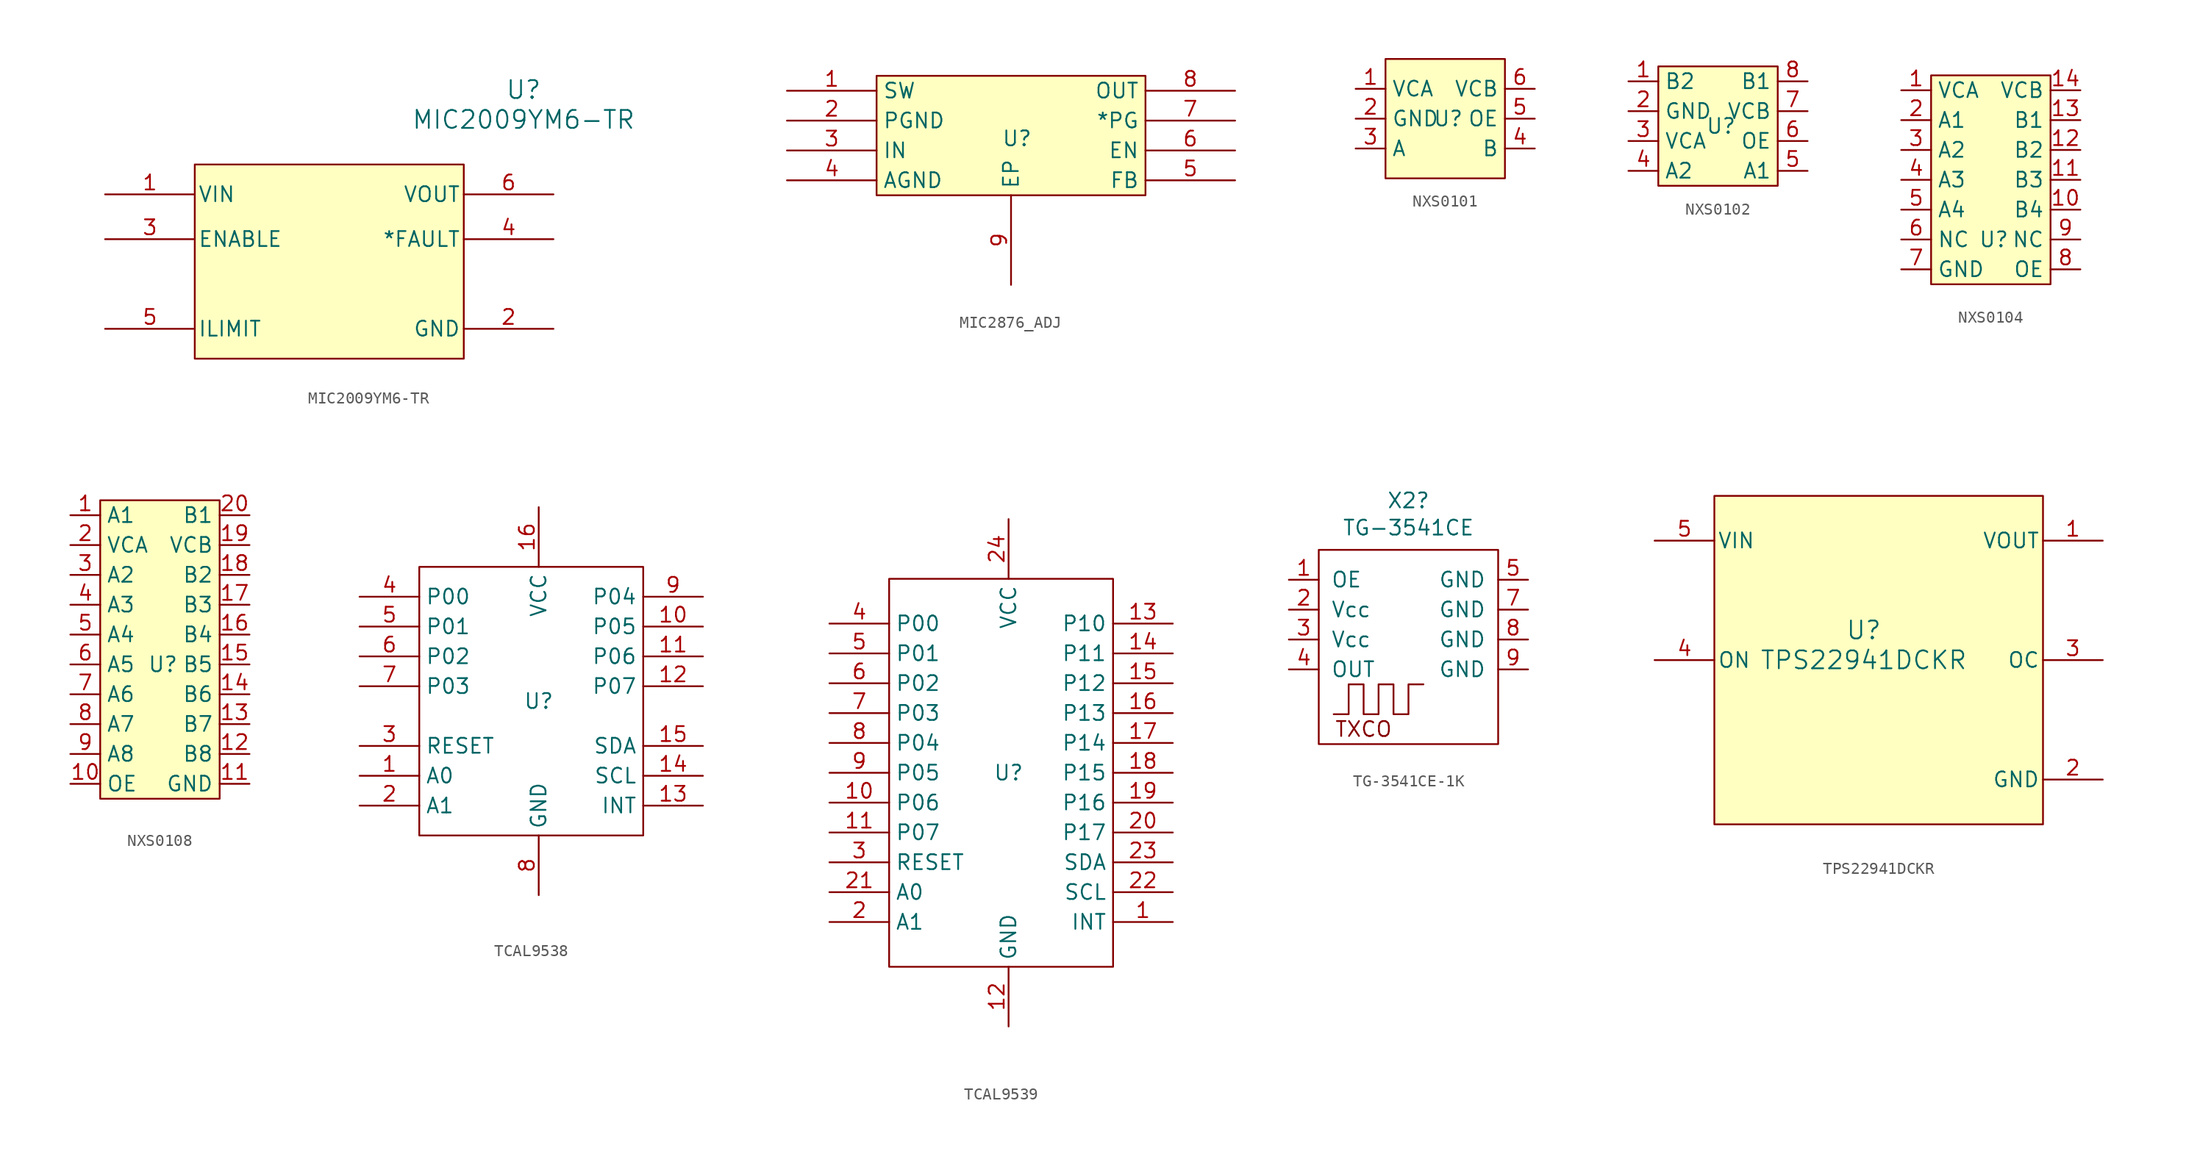
<source format=kicad_sym>
(kicad_symbol_lib
  (version 20231120)
  (generator "kicad_symbol_editor")
  (generator_version "8.0")
  (symbol "MIC2009YM6-TR"
    (pin_names
      (offset 0.254))
    (property "Reference" "U"
      (at 35.56 10.16 0)
      (effects (font (size 1.524 1.524))))
    (property "Value" "MIC2009YM6-TR"
      (at 35.56 7.62 0)
      (effects (font (size 1.524 1.524))))
    (property "ki_locked" ""
      (at 0 0 0)
      (effects (font (size 1.27 1.27))))
    (symbol "MIC2009YM6-TR_0_1"
      (pin power_in line (at 38.1 -10.16 180) (length 7.62) (name "GND" (effects (font (size 1.27 1.27)))) (number "2" (effects (font (size 1.27 1.27)))))
      (pin input line (at 0 -2.54 0) (length 7.62) (name "ENABLE" (effects (font (size 1.27 1.27)))) (number "3" (effects (font (size 1.27 1.27)))))
      (pin output line (at 38.1 -2.54 180) (length 7.62) (name "*FAULT" (effects (font (size 1.27 1.27)))) (number "4" (effects (font (size 1.27 1.27)))))
      (pin input line (at 0 -10.16 0) (length 7.62) (name "ILIMIT" (effects (font (size 1.27 1.27)))) (number "5" (effects (font (size 1.27 1.27))))))
    (symbol "MIC2009YM6-TR_1_1"
      (rectangle (start 7.62 3.81) (end 30.48 -12.7) (stroke (width 0) (type default)) (fill (type background)))
      (pin power_in line (at 0 1.27 0) (length 7.62) (name "VIN" (effects (font (size 1.27 1.27)))) (number "1" (effects (font (size 1.27 1.27)))))
      (pin power_out line (at 38.1 1.27 180) (length 7.62) (name "VOUT" (effects (font (size 1.27 1.27)))) (number "6" (effects (font (size 1.27 1.27)))))))
  (symbol "MIC2876_ADJ"
    (property "Reference" "U"
      (at 8.128 -0.254 0)
      (effects (font (size 1.27 1.27))))
    (property "Value" ""
      (at 0 0 0)
      (effects (font (size 1.27 1.27))))
    (symbol "MIC2876_ADJ_1_1"
      (rectangle (start -3.81 5.08) (end 19.05 -5.08) (stroke (width 0) (type default)) (fill (type background)))
      (pin passive line (at -11.43 3.81 0) (length 7.62) (name "SW" (effects (font (size 1.27 1.27)))) (number "1" (effects (font (size 1.27 1.27)))))
      (pin power_in line (at -11.43 1.27 0) (length 7.62) (name "PGND" (effects (font (size 1.27 1.27)))) (number "2" (effects (font (size 1.27 1.27)))))
      (pin power_in line (at -11.43 -1.27 0) (length 7.62) (name "IN" (effects (font (size 1.27 1.27)))) (number "3" (effects (font (size 1.27 1.27)))))
      (pin power_in line (at -11.43 -3.81 0) (length 7.62) (name "AGND" (effects (font (size 1.27 1.27)))) (number "4" (effects (font (size 1.27 1.27)))))
      (pin passive line (at 26.67 -3.81 180) (length 7.62) (name "FB" (effects (font (size 1.27 1.27)))) (number "5" (effects (font (size 1.27 1.27)))))
      (pin passive line (at 26.67 -1.27 180) (length 7.62) (name "EN" (effects (font (size 1.27 1.27)))) (number "6" (effects (font (size 1.27 1.27)))))
      (pin output line (at 26.67 1.27 180) (length 7.62) (name "*PG" (effects (font (size 1.27 1.27)))) (number "7" (effects (font (size 1.27 1.27)))))
      (pin power_out line (at 26.67 3.81 180) (length 7.62) (name "OUT" (effects (font (size 1.27 1.27)))) (number "8" (effects (font (size 1.27 1.27)))))
      (pin passive line (at 7.62 -12.7 90) (length 7.62) (name "EP" (effects (font (size 1.27 1.27)))) (number "9" (effects (font (size 1.27 1.27)))))))
  (symbol "NXS0101"
    (property "Reference" "U"
      (at 0.254 0 0)
      (effects (font (size 1.27 1.27))))
    (property "Value" ""
      (at -2.54 0 0)
      (effects (font (size 1.27 1.27))))
    (symbol "NXS0101_1_1"
      (rectangle (start -5.08 5.08) (end 5.08 -5.08) (stroke (width 0) (type default)) (fill (type background)))
      (pin power_in line (at -7.62 2.54 0) (length 2.54) (name "VCA" (effects (font (size 1.27 1.27)))) (number "1" (effects (font (size 1.27 1.27)))))
      (pin power_in line (at -7.62 0 0) (length 2.54) (name "GND" (effects (font (size 1.27 1.27)))) (number "2" (effects (font (size 1.27 1.27)))))
      (pin bidirectional line (at -7.62 -2.54 0) (length 2.54) (name "A" (effects (font (size 1.27 1.27)))) (number "3" (effects (font (size 1.27 1.27)))))
      (pin bidirectional line (at 7.62 -2.54 180) (length 2.54) (name "B" (effects (font (size 1.27 1.27)))) (number "4" (effects (font (size 1.27 1.27)))))
      (pin input line (at 7.62 0 180) (length 2.54) (name "OE" (effects (font (size 1.27 1.27)))) (number "5" (effects (font (size 1.27 1.27)))))
      (pin power_in line (at 7.62 2.54 180) (length 2.54) (name "VCB" (effects (font (size 1.27 1.27)))) (number "6" (effects (font (size 1.27 1.27)))))))
  (symbol "NXS0102"
    (property "Reference" "U"
      (at 0.254 0 0)
      (effects (font (size 1.27 1.27))))
    (property "Value" ""
      (at -2.54 0 0)
      (effects (font (size 1.27 1.27))))
    (symbol "NXS0102_1_1"
      (rectangle (start -5.08 5.08) (end 5.08 -5.08) (stroke (width 0) (type default)) (fill (type background)))
      (pin bidirectional line (at -7.62 3.81 0) (length 2.54) (name "B2" (effects (font (size 1.27 1.27)))) (number "1" (effects (font (size 1.27 1.27)))))
      (pin power_in line (at -7.62 1.27 0) (length 2.54) (name "GND" (effects (font (size 1.27 1.27)))) (number "2" (effects (font (size 1.27 1.27)))))
      (pin power_in line (at -7.62 -1.27 0) (length 2.54) (name "VCA" (effects (font (size 1.27 1.27)))) (number "3" (effects (font (size 1.27 1.27)))))
      (pin bidirectional line (at -7.62 -3.81 0) (length 2.54) (name "A2" (effects (font (size 1.27 1.27)))) (number "4" (effects (font (size 1.27 1.27)))))
      (pin bidirectional line (at 7.62 -3.81 180) (length 2.54) (name "A1" (effects (font (size 1.27 1.27)))) (number "5" (effects (font (size 1.27 1.27)))))
      (pin input line (at 7.62 -1.27 180) (length 2.54) (name "OE" (effects (font (size 1.27 1.27)))) (number "6" (effects (font (size 1.27 1.27)))))
      (pin power_in line (at 7.62 1.27 180) (length 2.54) (name "VCB" (effects (font (size 1.27 1.27)))) (number "7" (effects (font (size 1.27 1.27)))))
      (pin bidirectional line (at 7.62 3.81 180) (length 2.54) (name "B1" (effects (font (size 1.27 1.27)))) (number "8" (effects (font (size 1.27 1.27)))))))
  (symbol "NXS0104"
    (property "Reference" "U"
      (at 0.254 -6.35 0)
      (effects (font (size 1.27 1.27))))
    (property "Value" ""
      (at -2.54 -6.35 0)
      (effects (font (size 1.27 1.27))))
    (symbol "NXS0104_1_1"
      (rectangle (start -5.08 7.62) (end 5.08 -10.16) (stroke (width 0) (type default)) (fill (type background)))
      (pin power_in line (at -7.62 6.35 0) (length 2.54) (name "VCA" (effects (font (size 1.27 1.27)))) (number "1" (effects (font (size 1.27 1.27)))))
      (pin bidirectional line (at 7.62 -3.81 180) (length 2.54) (name "B4" (effects (font (size 1.27 1.27)))) (number "10" (effects (font (size 1.27 1.27)))))
      (pin bidirectional line (at 7.62 -1.27 180) (length 2.54) (name "B3" (effects (font (size 1.27 1.27)))) (number "11" (effects (font (size 1.27 1.27)))))
      (pin bidirectional line (at 7.62 1.27 180) (length 2.54) (name "B2" (effects (font (size 1.27 1.27)))) (number "12" (effects (font (size 1.27 1.27)))))
      (pin bidirectional line (at 7.62 3.81 180) (length 2.54) (name "B1" (effects (font (size 1.27 1.27)))) (number "13" (effects (font (size 1.27 1.27)))))
      (pin power_in line (at 7.62 6.35 180) (length 2.54) (name "VCB" (effects (font (size 1.27 1.27)))) (number "14" (effects (font (size 1.27 1.27)))))
      (pin bidirectional line (at -7.62 3.81 0) (length 2.54) (name "A1" (effects (font (size 1.27 1.27)))) (number "2" (effects (font (size 1.27 1.27)))))
      (pin bidirectional line (at -7.62 1.27 0) (length 2.54) (name "A2" (effects (font (size 1.27 1.27)))) (number "3" (effects (font (size 1.27 1.27)))))
      (pin bidirectional line (at -7.62 -1.27 0) (length 2.54) (name "A3" (effects (font (size 1.27 1.27)))) (number "4" (effects (font (size 1.27 1.27)))))
      (pin bidirectional line (at -7.62 -3.81 0) (length 2.54) (name "A4" (effects (font (size 1.27 1.27)))) (number "5" (effects (font (size 1.27 1.27)))))
      (pin unspecified line (at -7.62 -6.35 0) (length 2.54) (name "NC" (effects (font (size 1.27 1.27)))) (number "6" (effects (font (size 1.27 1.27)))))
      (pin power_in line (at -7.62 -8.89 0) (length 2.54) (name "GND" (effects (font (size 1.27 1.27)))) (number "7" (effects (font (size 1.27 1.27)))))
      (pin input line (at 7.62 -8.89 180) (length 2.54) (name "OE" (effects (font (size 1.27 1.27)))) (number "8" (effects (font (size 1.27 1.27)))))
      (pin unspecified line (at 7.62 -6.35 180) (length 2.54) (name "NC" (effects (font (size 1.27 1.27)))) (number "9" (effects (font (size 1.27 1.27)))))))
  (symbol "NXS0108"
    (property "Reference" "U"
      (at 0.254 -1.27 0)
      (effects (font (size 1.27 1.27))))
    (property "Value" ""
      (at -2.54 -1.27 0)
      (effects (font (size 1.27 1.27))))
    (symbol "NXS0108_1_1"
      (rectangle (start -5.08 12.7) (end 5.08 -12.7) (stroke (width 0) (type default)) (fill (type background)))
      (pin bidirectional line (at -7.62 11.43 0) (length 2.54) (name "A1" (effects (font (size 1.27 1.27)))) (number "1" (effects (font (size 1.27 1.27)))))
      (pin input line (at -7.62 -11.43 0) (length 2.54) (name "OE" (effects (font (size 1.27 1.27)))) (number "10" (effects (font (size 1.27 1.27)))))
      (pin power_in line (at 7.62 -11.43 180) (length 2.54) (name "GND" (effects (font (size 1.27 1.27)))) (number "11" (effects (font (size 1.27 1.27)))))
      (pin bidirectional line (at 7.62 -8.89 180) (length 2.54) (name "B8" (effects (font (size 1.27 1.27)))) (number "12" (effects (font (size 1.27 1.27)))))
      (pin bidirectional line (at 7.62 -6.35 180) (length 2.54) (name "B7" (effects (font (size 1.27 1.27)))) (number "13" (effects (font (size 1.27 1.27)))))
      (pin bidirectional line (at 7.62 -3.81 180) (length 2.54) (name "B6" (effects (font (size 1.27 1.27)))) (number "14" (effects (font (size 1.27 1.27)))))
      (pin bidirectional line (at 7.62 -1.27 180) (length 2.54) (name "B5" (effects (font (size 1.27 1.27)))) (number "15" (effects (font (size 1.27 1.27)))))
      (pin bidirectional line (at 7.62 1.27 180) (length 2.54) (name "B4" (effects (font (size 1.27 1.27)))) (number "16" (effects (font (size 1.27 1.27)))))
      (pin bidirectional line (at 7.62 3.81 180) (length 2.54) (name "B3" (effects (font (size 1.27 1.27)))) (number "17" (effects (font (size 1.27 1.27)))))
      (pin bidirectional line (at 7.62 6.35 180) (length 2.54) (name "B2" (effects (font (size 1.27 1.27)))) (number "18" (effects (font (size 1.27 1.27)))))
      (pin power_in line (at 7.62 8.89 180) (length 2.54) (name "VCB" (effects (font (size 1.27 1.27)))) (number "19" (effects (font (size 1.27 1.27)))))
      (pin power_in line (at -7.62 8.89 0) (length 2.54) (name "VCA" (effects (font (size 1.27 1.27)))) (number "2" (effects (font (size 1.27 1.27)))))
      (pin bidirectional line (at 7.62 11.43 180) (length 2.54) (name "B1" (effects (font (size 1.27 1.27)))) (number "20" (effects (font (size 1.27 1.27)))))
      (pin bidirectional line (at -7.62 6.35 0) (length 2.54) (name "A2" (effects (font (size 1.27 1.27)))) (number "3" (effects (font (size 1.27 1.27)))))
      (pin bidirectional line (at -7.62 3.81 0) (length 2.54) (name "A3" (effects (font (size 1.27 1.27)))) (number "4" (effects (font (size 1.27 1.27)))))
      (pin bidirectional line (at -7.62 1.27 0) (length 2.54) (name "A4" (effects (font (size 1.27 1.27)))) (number "5" (effects (font (size 1.27 1.27)))))
      (pin bidirectional line (at -7.62 -1.27 0) (length 2.54) (name "A5" (effects (font (size 1.27 1.27)))) (number "6" (effects (font (size 1.27 1.27)))))
      (pin bidirectional line (at -7.62 -3.81 0) (length 2.54) (name "A6" (effects (font (size 1.27 1.27)))) (number "7" (effects (font (size 1.27 1.27)))))
      (pin bidirectional line (at -7.62 -6.35 0) (length 2.54) (name "A7" (effects (font (size 1.27 1.27)))) (number "8" (effects (font (size 1.27 1.27)))))
      (pin bidirectional line (at -7.62 -8.89 0) (length 2.54) (name "A8" (effects (font (size 1.27 1.27)))) (number "9" (effects (font (size 1.27 1.27)))))))
  (symbol "TCAL9538"
    (property "Reference" "U"
      (at 0 0 0)
      (effects (font (size 1.27 1.27))))
    (property "Value" ""
      (at 0 0 0)
      (effects (font (size 1.27 1.27))))
    (symbol "TCAL9538_0_1"
      (rectangle (start -10.16 11.43) (end 8.89 -11.43) (stroke (width 0) (type default)) (fill (type none))))
    (symbol "TCAL9538_1_1"
      (pin input line (at -15.24 -6.35 0) (length 5.08) (name "A0" (effects (font (size 1.27 1.27)))) (number "1" (effects (font (size 1.27 1.27)))))
      (pin input line (at 13.97 6.35 180) (length 5.08) (name "P05" (effects (font (size 1.27 1.27)))) (number "10" (effects (font (size 1.27 1.27)))))
      (pin input line (at 13.97 3.81 180) (length 5.08) (name "P06" (effects (font (size 1.27 1.27)))) (number "11" (effects (font (size 1.27 1.27)))))
      (pin input line (at 13.97 1.27 180) (length 5.08) (name "P07" (effects (font (size 1.27 1.27)))) (number "12" (effects (font (size 1.27 1.27)))))
      (pin output line (at 13.97 -8.89 180) (length 5.08) (name "INT" (effects (font (size 1.27 1.27)))) (number "13" (effects (font (size 1.27 1.27)))))
      (pin input line (at 13.97 -6.35 180) (length 5.08) (name "SCL" (effects (font (size 1.27 1.27)))) (number "14" (effects (font (size 1.27 1.27)))))
      (pin bidirectional line (at 13.97 -3.81 180) (length 5.08) (name "SDA" (effects (font (size 1.27 1.27)))) (number "15" (effects (font (size 1.27 1.27)))))
      (pin power_in line (at 0 16.51 270) (length 5.08) (name "VCC" (effects (font (size 1.27 1.27)))) (number "16" (effects (font (size 1.27 1.27)))))
      (pin input line (at -15.24 -8.89 0) (length 5.08) (name "A1" (effects (font (size 1.27 1.27)))) (number "2" (effects (font (size 1.27 1.27)))))
      (pin input line (at -15.24 -3.81 0) (length 5.08) (name "RESET" (effects (font (size 1.27 1.27)))) (number "3" (effects (font (size 1.27 1.27)))))
      (pin input line (at -15.24 8.89 0) (length 5.08) (name "P00" (effects (font (size 1.27 1.27)))) (number "4" (effects (font (size 1.27 1.27)))))
      (pin input line (at -15.24 6.35 0) (length 5.08) (name "P01" (effects (font (size 1.27 1.27)))) (number "5" (effects (font (size 1.27 1.27)))))
      (pin input line (at -15.24 3.81 0) (length 5.08) (name "P02" (effects (font (size 1.27 1.27)))) (number "6" (effects (font (size 1.27 1.27)))))
      (pin input line (at -15.24 1.27 0) (length 5.08) (name "P03" (effects (font (size 1.27 1.27)))) (number "7" (effects (font (size 1.27 1.27)))))
      (pin power_in line (at 0 -16.51 90) (length 5.08) (name "GND" (effects (font (size 1.27 1.27)))) (number "8" (effects (font (size 1.27 1.27)))))
      (pin input line (at 13.97 8.89 180) (length 5.08) (name "P04" (effects (font (size 1.27 1.27)))) (number "9" (effects (font (size 1.27 1.27)))))))
  (symbol "TCAL9539"
    (property "Reference" "U"
      (at 0 0 0)
      (effects (font (size 1.27 1.27))))
    (property "Value" ""
      (at 0 0 0)
      (effects (font (size 1.27 1.27))))
    (symbol "TCAL9539_0_1"
      (rectangle (start -10.16 16.51) (end 8.89 -16.51) (stroke (width 0) (type default)) (fill (type none))))
    (symbol "TCAL9539_1_1"
      (pin output line (at 13.97 -12.7 180) (length 5.08) (name "INT" (effects (font (size 1.27 1.27)))) (number "1" (effects (font (size 1.27 1.27)))))
      (pin input line (at -15.24 -2.54 0) (length 5.08) (name "P06" (effects (font (size 1.27 1.27)))) (number "10" (effects (font (size 1.27 1.27)))))
      (pin input line (at -15.24 -5.08 0) (length 5.08) (name "P07" (effects (font (size 1.27 1.27)))) (number "11" (effects (font (size 1.27 1.27)))))
      (pin power_in line (at 0 -21.59 90) (length 5.08) (name "GND" (effects (font (size 1.27 1.27)))) (number "12" (effects (font (size 1.27 1.27)))))
      (pin input line (at 13.97 12.7 180) (length 5.08) (name "P10" (effects (font (size 1.27 1.27)))) (number "13" (effects (font (size 1.27 1.27)))))
      (pin input line (at 13.97 10.16 180) (length 5.08) (name "P11" (effects (font (size 1.27 1.27)))) (number "14" (effects (font (size 1.27 1.27)))))
      (pin input line (at 13.97 7.62 180) (length 5.08) (name "P12" (effects (font (size 1.27 1.27)))) (number "15" (effects (font (size 1.27 1.27)))))
      (pin input line (at 13.97 5.08 180) (length 5.08) (name "P13" (effects (font (size 1.27 1.27)))) (number "16" (effects (font (size 1.27 1.27)))))
      (pin input line (at 13.97 2.54 180) (length 5.08) (name "P14" (effects (font (size 1.27 1.27)))) (number "17" (effects (font (size 1.27 1.27)))))
      (pin input line (at 13.97 0 180) (length 5.08) (name "P15" (effects (font (size 1.27 1.27)))) (number "18" (effects (font (size 1.27 1.27)))))
      (pin input line (at 13.97 -2.54 180) (length 5.08) (name "P16" (effects (font (size 1.27 1.27)))) (number "19" (effects (font (size 1.27 1.27)))))
      (pin input line (at -15.24 -12.7 0) (length 5.08) (name "A1" (effects (font (size 1.27 1.27)))) (number "2" (effects (font (size 1.27 1.27)))))
      (pin input line (at 13.97 -5.08 180) (length 5.08) (name "P17" (effects (font (size 1.27 1.27)))) (number "20" (effects (font (size 1.27 1.27)))))
      (pin input line (at -15.24 -10.16 0) (length 5.08) (name "A0" (effects (font (size 1.27 1.27)))) (number "21" (effects (font (size 1.27 1.27)))))
      (pin input line (at 13.97 -10.16 180) (length 5.08) (name "SCL" (effects (font (size 1.27 1.27)))) (number "22" (effects (font (size 1.27 1.27)))))
      (pin bidirectional line (at 13.97 -7.62 180) (length 5.08) (name "SDA" (effects (font (size 1.27 1.27)))) (number "23" (effects (font (size 1.27 1.27)))))
      (pin power_in line (at 0 21.59 270) (length 5.08) (name "VCC" (effects (font (size 1.27 1.27)))) (number "24" (effects (font (size 1.27 1.27)))))
      (pin input line (at -15.24 -7.62 0) (length 5.08) (name "RESET" (effects (font (size 1.27 1.27)))) (number "3" (effects (font (size 1.27 1.27)))))
      (pin input line (at -15.24 12.7 0) (length 5.08) (name "P00" (effects (font (size 1.27 1.27)))) (number "4" (effects (font (size 1.27 1.27)))))
      (pin input line (at -15.24 10.16 0) (length 5.08) (name "P01" (effects (font (size 1.27 1.27)))) (number "5" (effects (font (size 1.27 1.27)))))
      (pin input line (at -15.24 7.62 0) (length 5.08) (name "P02" (effects (font (size 1.27 1.27)))) (number "6" (effects (font (size 1.27 1.27)))))
      (pin input line (at -15.24 5.08 0) (length 5.08) (name "P03" (effects (font (size 1.27 1.27)))) (number "7" (effects (font (size 1.27 1.27)))))
      (pin input line (at -15.24 2.54 0) (length 5.08) (name "P04" (effects (font (size 1.27 1.27)))) (number "8" (effects (font (size 1.27 1.27)))))
      (pin input line (at -15.24 0 0) (length 5.08) (name "P05" (effects (font (size 1.27 1.27)))) (number "9" (effects (font (size 1.27 1.27)))))))
  (symbol "TG-3541CE-1K"
    (pin_names
      (offset 1.016))
    (property "Reference" "X2"
      (at 0 10.541 0)
      (effects (font (size 1.27 1.27))))
    (property "Value" "TG-3541CE"
      (at 0 8.23 0)
      (effects (font (size 1.27 1.27))))
    (symbol "TG-3541CE-1K_0_0"
      (text "TXCO" (at -3.81 -8.89 0) (effects (font (size 1.27 1.27)))))
    (symbol "TG-3541CE-1K_0_1"
      (rectangle (start -7.62 6.35) (end 7.62 -10.16) (stroke (width 0) (type solid)) (fill (type none)))
      (polyline (pts (xy -6.35 -7.62) (xy -5.08 -7.62) (xy -5.08 -5.08) (xy -3.81 -5.08) (xy -3.81 -7.62) (xy -2.54 -7.62) (xy -2.54 -5.08) (xy -1.27 -5.08) (xy -1.27 -7.62) (xy 0 -7.62) (xy 0 -5.08) (xy 1.27 -5.08)) (stroke (width 0) (type solid)) (fill (type none))))
    (symbol "TG-3541CE-1K_1_1"
      (pin input line (at -10.16 3.81 0) (length 2.54) (name "OE" (effects (font (size 1.27 1.27)))) (number "1" (effects (font (size 1.27 1.27)))))
      (pin no_connect line (at 10.16 -8.89 180) (length 2.54) hide (name "NC" (effects (font (size 1.27 1.27)))) (number "10" (effects (font (size 1.27 1.27)))))
      (pin input line (at -10.16 1.27 0) (length 2.54) (name "Vcc" (effects (font (size 1.27 1.27)))) (number "2" (effects (font (size 1.27 1.27)))))
      (pin input line (at -10.16 -1.27 0) (length 2.54) (name "Vcc" (effects (font (size 1.27 1.27)))) (number "3" (effects (font (size 1.27 1.27)))))
      (pin input line (at -10.16 -3.81 0) (length 2.54) (name "OUT" (effects (font (size 1.27 1.27)))) (number "4" (effects (font (size 1.27 1.27)))))
      (pin input line (at 10.16 3.81 180) (length 2.54) (name "GND" (effects (font (size 1.27 1.27)))) (number "5" (effects (font (size 1.27 1.27)))))
      (pin no_connect line (at 10.16 -6.35 180) (length 2.54) hide (name "NC" (effects (font (size 1.27 1.27)))) (number "6" (effects (font (size 1.27 1.27)))))
      (pin input line (at 10.16 1.27 180) (length 2.54) (name "GND" (effects (font (size 1.27 1.27)))) (number "7" (effects (font (size 1.27 1.27)))))
      (pin input line (at 10.16 -1.27 180) (length 2.54) (name "GND" (effects (font (size 1.27 1.27)))) (number "8" (effects (font (size 1.27 1.27)))))
      (pin input line (at 10.16 -3.81 180) (length 2.54) (name "GND" (effects (font (size 1.27 1.27)))) (number "9" (effects (font (size 1.27 1.27)))))))
  (symbol "TPS22941DCKR"
    (pin_names
      (offset 0.254))
    (property "Reference" "U"
      (at 0 2.54 0)
      (effects (font (size 1.524 1.524))))
    (property "Value" "TPS22941DCKR"
      (at 0 0 0)
      (effects (font (size 1.524 1.524))))
    (property "ki_locked" ""
      (at 0 0 0)
      (effects (font (size 1.27 1.27))))
    (symbol "TPS22941DCKR_0_1"
      (pin power_in line (at 20.32 -10.16 180) (length 5.08) (name "GND" (effects (font (size 1.27 1.27)))) (number "2" (effects (font (size 1.27 1.27)))))
      (pin output line (at 20.32 0 180) (length 5.08) (name "OC" (effects (font (size 1.27 1.27)))) (number "3" (effects (font (size 1.27 1.27)))))
      (pin input line (at -17.78 0 0) (length 5.08) (name "ON" (effects (font (size 1.27 1.27)))) (number "4" (effects (font (size 1.27 1.27)))))
      (pin power_in line (at -17.78 10.16 0) (length 5.08) (name "VIN" (effects (font (size 1.27 1.27)))) (number "5" (effects (font (size 1.27 1.27))))))
    (symbol "TPS22941DCKR_1_1"
      (rectangle (start -12.7 13.97) (end 15.24 -13.97) (stroke (width 0) (type default)) (fill (type background)))
      (pin power_out line (at 20.32 10.16 180) (length 5.08) (name "VOUT" (effects (font (size 1.27 1.27)))) (number "1" (effects (font (size 1.27 1.27))))))))
</source>
